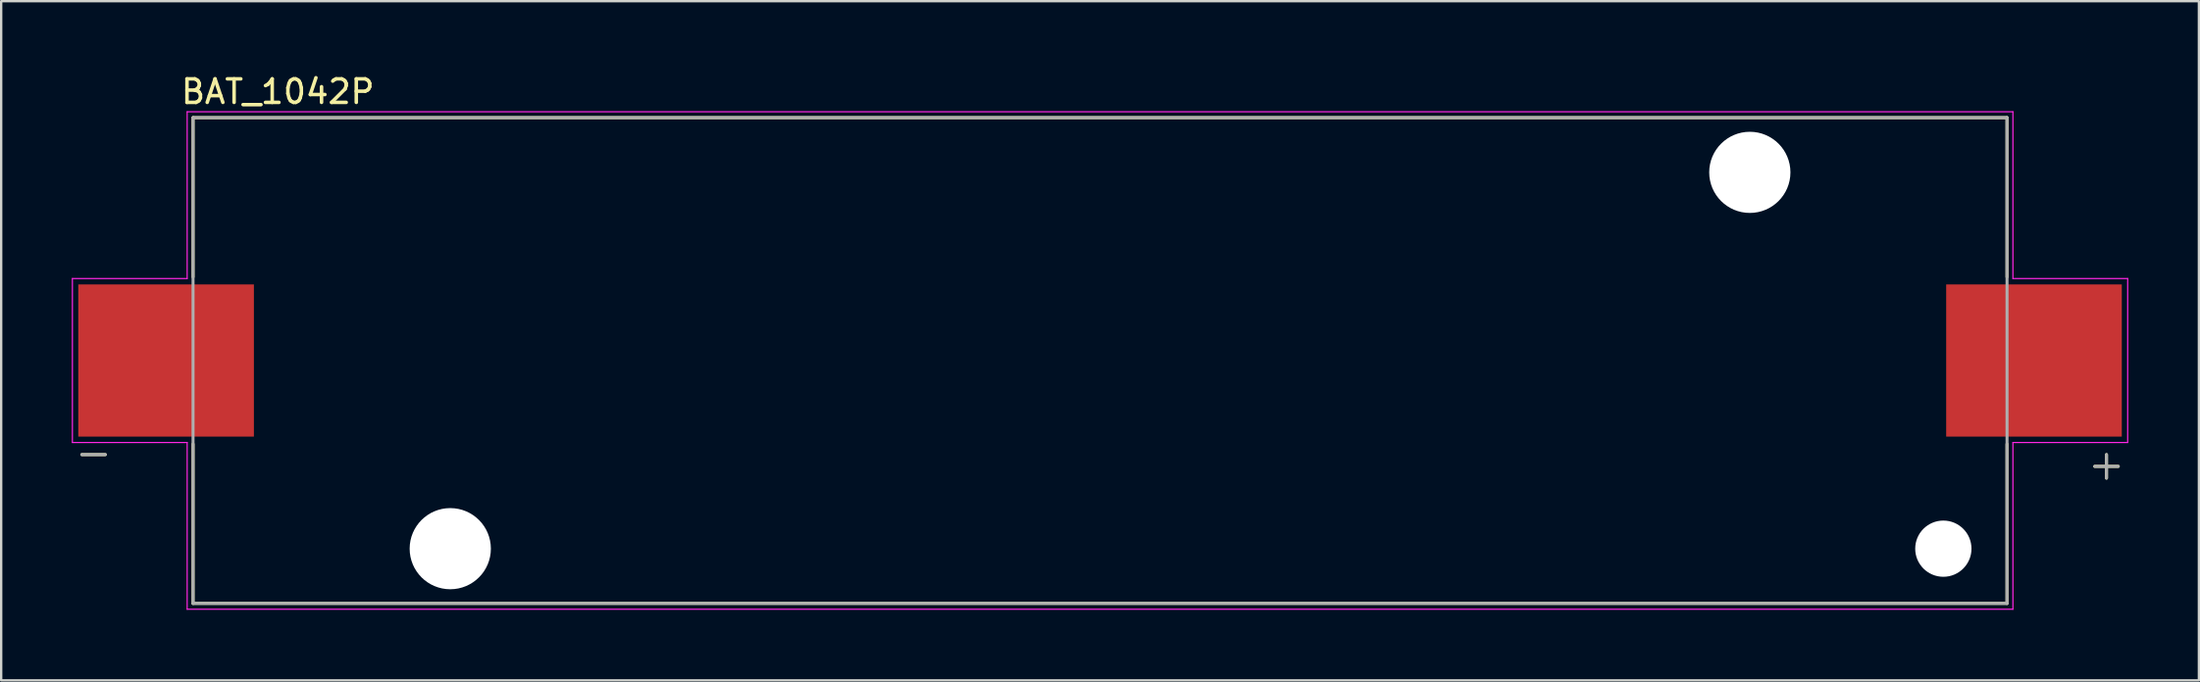
<source format=kicad_pcb>
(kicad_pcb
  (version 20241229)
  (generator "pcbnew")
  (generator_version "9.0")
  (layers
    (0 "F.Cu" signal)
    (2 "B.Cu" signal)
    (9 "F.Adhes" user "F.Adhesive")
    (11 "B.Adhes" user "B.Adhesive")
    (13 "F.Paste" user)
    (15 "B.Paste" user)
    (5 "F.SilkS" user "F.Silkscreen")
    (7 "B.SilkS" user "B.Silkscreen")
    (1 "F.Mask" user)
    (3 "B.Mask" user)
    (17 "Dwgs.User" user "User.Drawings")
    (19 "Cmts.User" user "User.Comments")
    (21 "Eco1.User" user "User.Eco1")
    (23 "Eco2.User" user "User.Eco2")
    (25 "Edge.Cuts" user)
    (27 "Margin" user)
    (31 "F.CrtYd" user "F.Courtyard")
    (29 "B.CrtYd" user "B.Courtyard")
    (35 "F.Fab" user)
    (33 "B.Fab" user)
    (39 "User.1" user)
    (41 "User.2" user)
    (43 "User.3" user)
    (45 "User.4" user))
  (footprint "BAT_1042P"
    (layer "F.Cu")
    (at 43.675 12.278)
    (property "Reference" "BAT_1042P" (at -34.925 -11.43 0) (layer "F.SilkS") (effects (font (size 1 1) (thickness 0.15))))
    (attr through_hole)
    (fp_line (start -43.25 4) (end -42.25 4) (stroke (width 0.127) (type solid)) (layer "F.SilkS"))
    (fp_line (start -38.525 -10.325) (end 38.525 -10.325) (stroke (width 0.127) (type solid)) (layer "F.SilkS"))
    (fp_line (start -38.525 -3.55) (end -38.525 -10.325) (stroke (width 0.127) (type solid)) (layer "F.SilkS"))
    (fp_line (start -38.525 10.325) (end -38.525 3.55) (stroke (width 0.127) (type solid)) (layer "F.SilkS"))
    (fp_line (start 38.525 -10.325) (end 38.525 -3.55) (stroke (width 0.127) (type solid)) (layer "F.SilkS"))
    (fp_line (start 38.525 3.55) (end 38.525 10.325) (stroke (width 0.127) (type solid)) (layer "F.SilkS"))
    (fp_line (start 38.525 10.325) (end -38.525 10.325) (stroke (width 0.127) (type solid)) (layer "F.SilkS"))
    (fp_line (start 42.25 4.5) (end 43.25 4.5) (stroke (width 0.127) (type solid)) (layer "F.SilkS"))
    (fp_line (start 42.75 4) (end 42.75 5) (stroke (width 0.127) (type solid)) (layer "F.SilkS"))
    (fp_line (start -43.65 -3.485) (end -38.775 -3.485) (stroke (width 0.05) (type solid)) (layer "F.CrtYd"))
    (fp_line (start -43.65 3.485) (end -43.65 -3.485) (stroke (width 0.05) (type solid)) (layer "F.CrtYd"))
    (fp_line (start -38.775 -10.575) (end 38.775 -10.575) (stroke (width 0.05) (type solid)) (layer "F.CrtYd"))
    (fp_line (start -38.775 -3.485) (end -38.775 -10.575) (stroke (width 0.05) (type solid)) (layer "F.CrtYd"))
    (fp_line (start -38.775 3.485) (end -43.65 3.485) (stroke (width 0.05) (type solid)) (layer "F.CrtYd"))
    (fp_line (start -38.775 10.575) (end -38.775 3.485) (stroke (width 0.05) (type solid)) (layer "F.CrtYd"))
    (fp_line (start 38.775 -10.575) (end 38.775 -3.485) (stroke (width 0.05) (type solid)) (layer "F.CrtYd"))
    (fp_line (start 38.775 -3.485) (end 43.65 -3.485) (stroke (width 0.05) (type solid)) (layer "F.CrtYd"))
    (fp_line (start 38.775 3.485) (end 38.775 10.575) (stroke (width 0.05) (type solid)) (layer "F.CrtYd"))
    (fp_line (start 38.775 10.575) (end -38.775 10.575) (stroke (width 0.05) (type solid)) (layer "F.CrtYd"))
    (fp_line (start 43.65 -3.485) (end 43.65 3.485) (stroke (width 0.05) (type solid)) (layer "F.CrtYd"))
    (fp_line (start 43.65 3.485) (end 38.775 3.485) (stroke (width 0.05) (type solid)) (layer "F.CrtYd"))
    (fp_line (start -43.25 4) (end -42.25 4) (stroke (width 0.127) (type solid)) (layer "F.Fab"))
    (fp_line (start -38.525 -10.325) (end 38.525 -10.325) (stroke (width 0.127) (type solid)) (layer "F.Fab"))
    (fp_line (start -38.525 10.325) (end -38.525 -10.325) (stroke (width 0.127) (type solid)) (layer "F.Fab"))
    (fp_line (start 38.525 -10.325) (end 38.525 10.325) (stroke (width 0.127) (type solid)) (layer "F.Fab"))
    (fp_line (start 38.525 10.325) (end -38.525 10.325) (stroke (width 0.127) (type solid)) (layer "F.Fab"))
    (fp_line (start 42.25 4.5) (end 43.25 4.5) (stroke (width 0.127) (type solid)) (layer "F.Fab"))
    (fp_line (start 42.75 4) (end 42.75 5) (stroke (width 0.127) (type solid)) (layer "F.Fab"))
    (pad "" np_thru_hole circle (at -27.6 8) (size 3.45 3.45) (drill 3.45) (layers "*.Cu" "*.Mask"))
    (pad "" np_thru_hole circle (at 27.6 -8) (size 3.45 3.45) (drill 3.45) (layers "*.Cu" "*.Mask"))
    (pad "" np_thru_hole circle (at 35.82 8) (size 2.39 2.39) (drill 2.39) (layers "*.Cu" "*.Mask"))
    (pad "N" smd rect (at -39.67 0) (size 7.46 6.47) (layers "F.Cu" "F.Mask" "F.Paste"))
    (pad "P" smd rect (at 39.67 0) (size 7.46 6.47) (layers "F.Cu" "F.Mask" "F.Paste")))
  (gr_rect
    (start -3 -3)
    (end 90.35 25.878)
    (stroke (width 0.1) (type default))
    (fill no)
    (layer "Edge.Cuts")))
</source>
